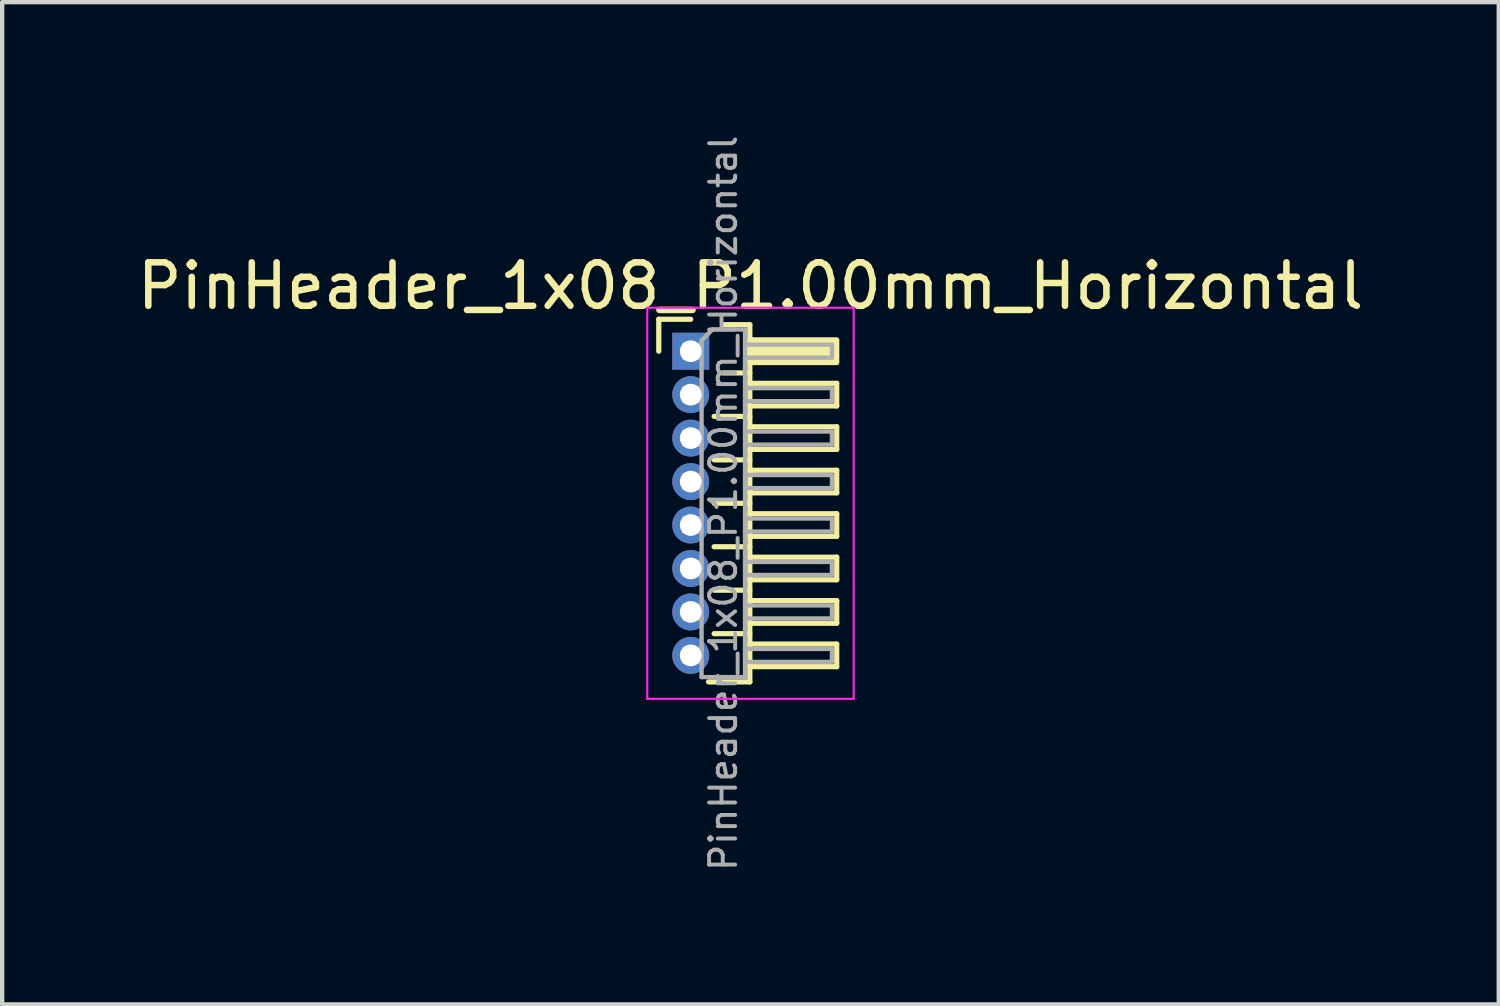
<source format=kicad_pcb>
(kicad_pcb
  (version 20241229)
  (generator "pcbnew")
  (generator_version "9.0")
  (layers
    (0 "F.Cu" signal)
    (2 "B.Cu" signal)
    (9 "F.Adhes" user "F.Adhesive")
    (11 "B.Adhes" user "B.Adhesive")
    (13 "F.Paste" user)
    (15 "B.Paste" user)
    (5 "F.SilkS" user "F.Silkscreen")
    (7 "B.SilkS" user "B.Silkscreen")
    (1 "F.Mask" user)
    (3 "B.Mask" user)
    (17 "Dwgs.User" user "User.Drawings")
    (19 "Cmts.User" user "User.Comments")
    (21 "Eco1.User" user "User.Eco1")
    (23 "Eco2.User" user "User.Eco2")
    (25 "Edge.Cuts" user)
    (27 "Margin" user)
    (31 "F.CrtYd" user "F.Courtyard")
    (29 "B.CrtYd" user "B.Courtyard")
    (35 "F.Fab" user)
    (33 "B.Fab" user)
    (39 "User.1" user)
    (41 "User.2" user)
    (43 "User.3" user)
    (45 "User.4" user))
  (footprint "PinHeader_1x08_P1.00mm_Horizontal"
    (layer "F.Cu")
    (at 12.845 5.032)
    (property "Reference" "PinHeader_1x08_P1.00mm_Horizontal" (at 1.375 -1.5 0) (layer "F.SilkS") (effects (font (size 1 1) (thickness 0.15))))
    (attr through_hole)
    (fp_line (start -0.735 -0.735) (end 0 -0.735) (stroke (width 0.12) (type solid)) (layer "F.SilkS"))
    (fp_line (start -0.735 0) (end -0.735 -0.735) (stroke (width 0.12) (type solid)) (layer "F.SilkS"))
    (fp_line (start 0.539 1.5) (end 1.36 1.5) (stroke (width 0.12) (type solid)) (layer "F.SilkS"))
    (fp_line (start 0.539 2.5) (end 1.36 2.5) (stroke (width 0.12) (type solid)) (layer "F.SilkS"))
    (fp_line (start 0.539 3.5) (end 1.36 3.5) (stroke (width 0.12) (type solid)) (layer "F.SilkS"))
    (fp_line (start 0.539 4.5) (end 1.36 4.5) (stroke (width 0.12) (type solid)) (layer "F.SilkS"))
    (fp_line (start 0.539 5.5) (end 1.36 5.5) (stroke (width 0.12) (type solid)) (layer "F.SilkS"))
    (fp_line (start 0.539 6.5) (end 1.36 6.5) (stroke (width 0.12) (type solid)) (layer "F.SilkS"))
    (fp_line (start 0.735 -0.61) (end 1.36 -0.61) (stroke (width 0.12) (type solid)) (layer "F.SilkS"))
    (fp_line (start 0.735 0.5) (end 1.36 0.5) (stroke (width 0.12) (type solid)) (layer "F.SilkS"))
    (fp_line (start 1.36 -0.61) (end 1.36 7.61) (stroke (width 0.12) (type solid)) (layer "F.SilkS"))
    (fp_line (start 1.36 0.74) (end 3.36 0.74) (stroke (width 0.12) (type solid)) (layer "F.SilkS"))
    (fp_line (start 1.36 1.74) (end 3.36 1.74) (stroke (width 0.12) (type solid)) (layer "F.SilkS"))
    (fp_line (start 1.36 2.74) (end 3.36 2.74) (stroke (width 0.12) (type solid)) (layer "F.SilkS"))
    (fp_line (start 1.36 3.74) (end 3.36 3.74) (stroke (width 0.12) (type solid)) (layer "F.SilkS"))
    (fp_line (start 1.36 4.74) (end 3.36 4.74) (stroke (width 0.12) (type solid)) (layer "F.SilkS"))
    (fp_line (start 1.36 5.74) (end 3.36 5.74) (stroke (width 0.12) (type solid)) (layer "F.SilkS"))
    (fp_line (start 1.36 6.74) (end 3.36 6.74) (stroke (width 0.12) (type solid)) (layer "F.SilkS"))
    (fp_line (start 1.36 7.61) (end 0.41 7.61) (stroke (width 0.12) (type solid)) (layer "F.SilkS"))
    (fp_line (start 3.36 0.74) (end 3.36 1.26) (stroke (width 0.12) (type solid)) (layer "F.SilkS"))
    (fp_line (start 3.36 1.26) (end 1.36 1.26) (stroke (width 0.12) (type solid)) (layer "F.SilkS"))
    (fp_line (start 3.36 1.74) (end 3.36 2.26) (stroke (width 0.12) (type solid)) (layer "F.SilkS"))
    (fp_line (start 3.36 2.26) (end 1.36 2.26) (stroke (width 0.12) (type solid)) (layer "F.SilkS"))
    (fp_line (start 3.36 2.74) (end 3.36 3.26) (stroke (width 0.12) (type solid)) (layer "F.SilkS"))
    (fp_line (start 3.36 3.26) (end 1.36 3.26) (stroke (width 0.12) (type solid)) (layer "F.SilkS"))
    (fp_line (start 3.36 3.74) (end 3.36 4.26) (stroke (width 0.12) (type solid)) (layer "F.SilkS"))
    (fp_line (start 3.36 4.26) (end 1.36 4.26) (stroke (width 0.12) (type solid)) (layer "F.SilkS"))
    (fp_line (start 3.36 4.74) (end 3.36 5.26) (stroke (width 0.12) (type solid)) (layer "F.SilkS"))
    (fp_line (start 3.36 5.26) (end 1.36 5.26) (stroke (width 0.12) (type solid)) (layer "F.SilkS"))
    (fp_line (start 3.36 5.74) (end 3.36 6.26) (stroke (width 0.12) (type solid)) (layer "F.SilkS"))
    (fp_line (start 3.36 6.26) (end 1.36 6.26) (stroke (width 0.12) (type solid)) (layer "F.SilkS"))
    (fp_line (start 3.36 6.74) (end 3.36 7.26) (stroke (width 0.12) (type solid)) (layer "F.SilkS"))
    (fp_line (start 3.36 7.26) (end 1.36 7.26) (stroke (width 0.12) (type solid)) (layer "F.SilkS"))
    (fp_rect (start 1.36 -0.26) (end 3.36 0.26) (stroke (width 0.12) (type solid)) (fill yes) (layer "F.SilkS"))
    (fp_line (start -1 -1) (end -1 8) (stroke (width 0.05) (type solid)) (layer "F.CrtYd"))
    (fp_line (start -1 8) (end 3.75 8) (stroke (width 0.05) (type solid)) (layer "F.CrtYd"))
    (fp_line (start 3.75 -1) (end -1 -1) (stroke (width 0.05) (type solid)) (layer "F.CrtYd"))
    (fp_line (start 3.75 8) (end 3.75 -1) (stroke (width 0.05) (type solid)) (layer "F.CrtYd"))
    (fp_line (start -0.15 -0.15) (end -0.15 0.15) (stroke (width 0.1) (type solid)) (layer "F.Fab"))
    (fp_line (start -0.15 -0.15) (end 0.25 -0.15) (stroke (width 0.1) (type solid)) (layer "F.Fab"))
    (fp_line (start -0.15 0.15) (end 0.25 0.15) (stroke (width 0.1) (type solid)) (layer "F.Fab"))
    (fp_line (start -0.15 0.85) (end -0.15 1.15) (stroke (width 0.1) (type solid)) (layer "F.Fab"))
    (fp_line (start -0.15 0.85) (end 0.25 0.85) (stroke (width 0.1) (type solid)) (layer "F.Fab"))
    (fp_line (start -0.15 1.15) (end 0.25 1.15) (stroke (width 0.1) (type solid)) (layer "F.Fab"))
    (fp_line (start -0.15 1.85) (end -0.15 2.15) (stroke (width 0.1) (type solid)) (layer "F.Fab"))
    (fp_line (start -0.15 1.85) (end 0.25 1.85) (stroke (width 0.1) (type solid)) (layer "F.Fab"))
    (fp_line (start -0.15 2.15) (end 0.25 2.15) (stroke (width 0.1) (type solid)) (layer "F.Fab"))
    (fp_line (start -0.15 2.85) (end -0.15 3.15) (stroke (width 0.1) (type solid)) (layer "F.Fab"))
    (fp_line (start -0.15 2.85) (end 0.25 2.85) (stroke (width 0.1) (type solid)) (layer "F.Fab"))
    (fp_line (start -0.15 3.15) (end 0.25 3.15) (stroke (width 0.1) (type solid)) (layer "F.Fab"))
    (fp_line (start -0.15 3.85) (end -0.15 4.15) (stroke (width 0.1) (type solid)) (layer "F.Fab"))
    (fp_line (start -0.15 3.85) (end 0.25 3.85) (stroke (width 0.1) (type solid)) (layer "F.Fab"))
    (fp_line (start -0.15 4.15) (end 0.25 4.15) (stroke (width 0.1) (type solid)) (layer "F.Fab"))
    (fp_line (start -0.15 4.85) (end -0.15 5.15) (stroke (width 0.1) (type solid)) (layer "F.Fab"))
    (fp_line (start -0.15 4.85) (end 0.25 4.85) (stroke (width 0.1) (type solid)) (layer "F.Fab"))
    (fp_line (start -0.15 5.15) (end 0.25 5.15) (stroke (width 0.1) (type solid)) (layer "F.Fab"))
    (fp_line (start -0.15 5.85) (end -0.15 6.15) (stroke (width 0.1) (type solid)) (layer "F.Fab"))
    (fp_line (start -0.15 5.85) (end 0.25 5.85) (stroke (width 0.1) (type solid)) (layer "F.Fab"))
    (fp_line (start -0.15 6.15) (end 0.25 6.15) (stroke (width 0.1) (type solid)) (layer "F.Fab"))
    (fp_line (start -0.15 6.85) (end -0.15 7.15) (stroke (width 0.1) (type solid)) (layer "F.Fab"))
    (fp_line (start -0.15 6.85) (end 0.25 6.85) (stroke (width 0.1) (type solid)) (layer "F.Fab"))
    (fp_line (start -0.15 7.15) (end 0.25 7.15) (stroke (width 0.1) (type solid)) (layer "F.Fab"))
    (fp_line (start 0.25 -0.25) (end 0.5 -0.5) (stroke (width 0.1) (type solid)) (layer "F.Fab"))
    (fp_line (start 0.25 7.5) (end 0.25 -0.25) (stroke (width 0.1) (type solid)) (layer "F.Fab"))
    (fp_line (start 0.5 -0.5) (end 1.25 -0.5) (stroke (width 0.1) (type solid)) (layer "F.Fab"))
    (fp_line (start 1.25 -0.5) (end 1.25 7.5) (stroke (width 0.1) (type solid)) (layer "F.Fab"))
    (fp_line (start 1.25 -0.15) (end 3.25 -0.15) (stroke (width 0.1) (type solid)) (layer "F.Fab"))
    (fp_line (start 1.25 0.15) (end 3.25 0.15) (stroke (width 0.1) (type solid)) (layer "F.Fab"))
    (fp_line (start 1.25 0.85) (end 3.25 0.85) (stroke (width 0.1) (type solid)) (layer "F.Fab"))
    (fp_line (start 1.25 1.15) (end 3.25 1.15) (stroke (width 0.1) (type solid)) (layer "F.Fab"))
    (fp_line (start 1.25 1.85) (end 3.25 1.85) (stroke (width 0.1) (type solid)) (layer "F.Fab"))
    (fp_line (start 1.25 2.15) (end 3.25 2.15) (stroke (width 0.1) (type solid)) (layer "F.Fab"))
    (fp_line (start 1.25 2.85) (end 3.25 2.85) (stroke (width 0.1) (type solid)) (layer "F.Fab"))
    (fp_line (start 1.25 3.15) (end 3.25 3.15) (stroke (width 0.1) (type solid)) (layer "F.Fab"))
    (fp_line (start 1.25 3.85) (end 3.25 3.85) (stroke (width 0.1) (type solid)) (layer "F.Fab"))
    (fp_line (start 1.25 4.15) (end 3.25 4.15) (stroke (width 0.1) (type solid)) (layer "F.Fab"))
    (fp_line (start 1.25 4.85) (end 3.25 4.85) (stroke (width 0.1) (type solid)) (layer "F.Fab"))
    (fp_line (start 1.25 5.15) (end 3.25 5.15) (stroke (width 0.1) (type solid)) (layer "F.Fab"))
    (fp_line (start 1.25 5.85) (end 3.25 5.85) (stroke (width 0.1) (type solid)) (layer "F.Fab"))
    (fp_line (start 1.25 6.15) (end 3.25 6.15) (stroke (width 0.1) (type solid)) (layer "F.Fab"))
    (fp_line (start 1.25 6.85) (end 3.25 6.85) (stroke (width 0.1) (type solid)) (layer "F.Fab"))
    (fp_line (start 1.25 7.15) (end 3.25 7.15) (stroke (width 0.1) (type solid)) (layer "F.Fab"))
    (fp_line (start 1.25 7.5) (end 0.25 7.5) (stroke (width 0.1) (type solid)) (layer "F.Fab"))
    (fp_line (start 3.25 -0.15) (end 3.25 0.15) (stroke (width 0.1) (type solid)) (layer "F.Fab"))
    (fp_line (start 3.25 0.85) (end 3.25 1.15) (stroke (width 0.1) (type solid)) (layer "F.Fab"))
    (fp_line (start 3.25 1.85) (end 3.25 2.15) (stroke (width 0.1) (type solid)) (layer "F.Fab"))
    (fp_line (start 3.25 2.85) (end 3.25 3.15) (stroke (width 0.1) (type solid)) (layer "F.Fab"))
    (fp_line (start 3.25 3.85) (end 3.25 4.15) (stroke (width 0.1) (type solid)) (layer "F.Fab"))
    (fp_line (start 3.25 4.85) (end 3.25 5.15) (stroke (width 0.1) (type solid)) (layer "F.Fab"))
    (fp_line (start 3.25 5.85) (end 3.25 6.15) (stroke (width 0.1) (type solid)) (layer "F.Fab"))
    (fp_line (start 3.25 6.85) (end 3.25 7.15) (stroke (width 0.1) (type solid)) (layer "F.Fab"))
    (fp_text user "${REFERENCE}" (at 0.75 3.5 90) (layer "F.Fab") (effects (font (size 0.6 0.6) (thickness 0.09))))
    (pad "1" thru_hole rect (at 0 0) (size 0.85 0.85) (drill 0.5) (layers "*.Cu" "*.Mask"))
    (pad "2" thru_hole circle (at 0 1) (size 0.85 0.85) (drill 0.5) (layers "*.Cu" "*.Mask"))
    (pad "3" thru_hole circle (at 0 2) (size 0.85 0.85) (drill 0.5) (layers "*.Cu" "*.Mask"))
    (pad "4" thru_hole circle (at 0 3) (size 0.85 0.85) (drill 0.5) (layers "*.Cu" "*.Mask"))
    (pad "5" thru_hole circle (at 0 4) (size 0.85 0.85) (drill 0.5) (layers "*.Cu" "*.Mask"))
    (pad "6" thru_hole circle (at 0 5) (size 0.85 0.85) (drill 0.5) (layers "*.Cu" "*.Mask"))
    (pad "7" thru_hole circle (at 0 6) (size 0.85 0.85) (drill 0.5) (layers "*.Cu" "*.Mask"))
    (pad "8" thru_hole circle (at 0 7) (size 0.85 0.85) (drill 0.5) (layers "*.Cu" "*.Mask")))
  (gr_rect
    (start -3 -3)
    (end 31.44 20.064)
    (stroke (width 0.1) (type default))
    (fill no)
    (layer "Edge.Cuts")))
</source>
